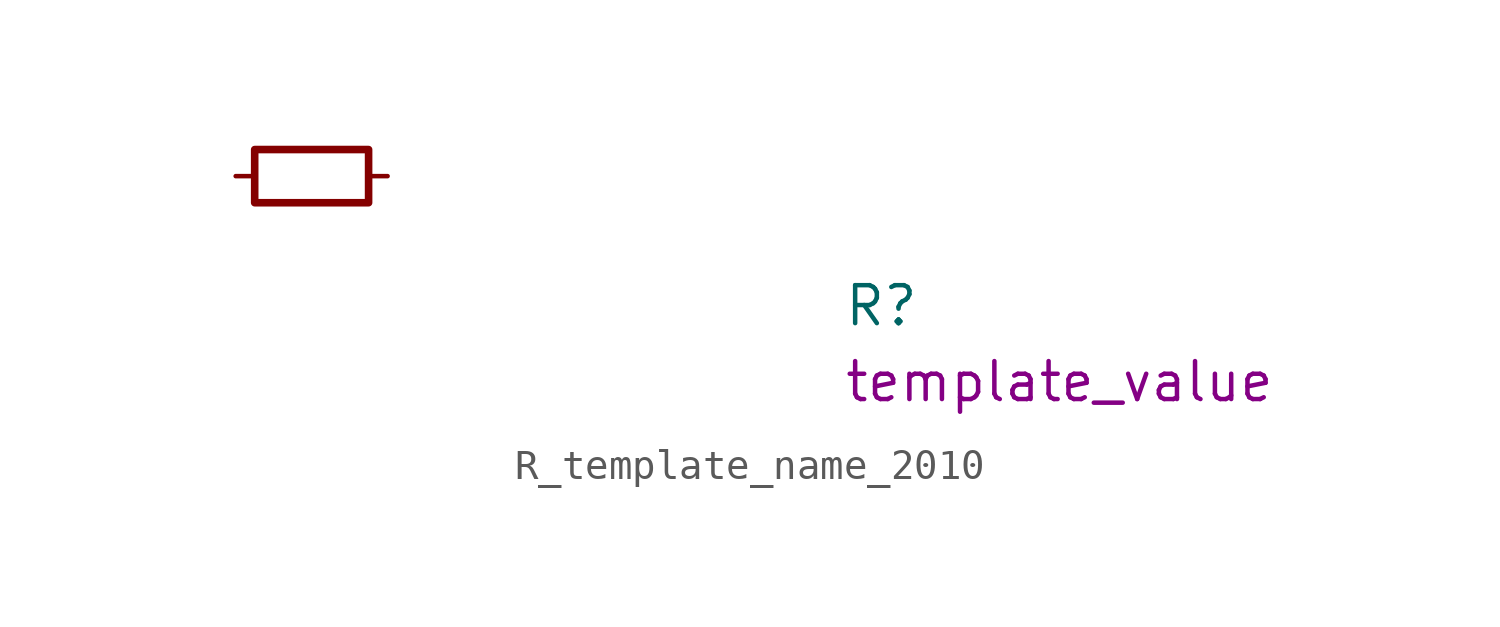
<source format=kicad_sym>
(kicad_symbol_lib
  (version 20220914)
  (generator kicad_symbol_editor)
  (symbol "R_template_name_2010"
    (pin_numbers hide)
    (pin_names hide)
    (property "Reference" "R"
      (at 20.32 -5.08 0)
      (effects (font (size 1.27 1.27) (thickness 0.15)) (justify left bottom)))
    (property "Val" "template_value"
      (at 20.32 -7.62 0)
      (effects (font (size 1.27 1.27) (thickness 0.15)) (justify left bottom)))
    (symbol "R_template_name_2010_0_1"
      (rectangle (start 0.635 0.889) (end 4.445 -0.889) (stroke (width 0.254) (type default)) (fill (type none))))
    (symbol "R_template_name_2010_1_1"
      (pin passive line (at 0 0 0) (length 0.635) (name "~" (effects (font (size 1.27 1.27)))) (number "1" (effects (font (size 1.27 1.27)))))
      (pin passive line (at 5.08 0 180) (length 0.635) (name "~" (effects (font (size 1.27 1.27)))) (number "2" (effects (font (size 1.27 1.27))))))))
</source>
